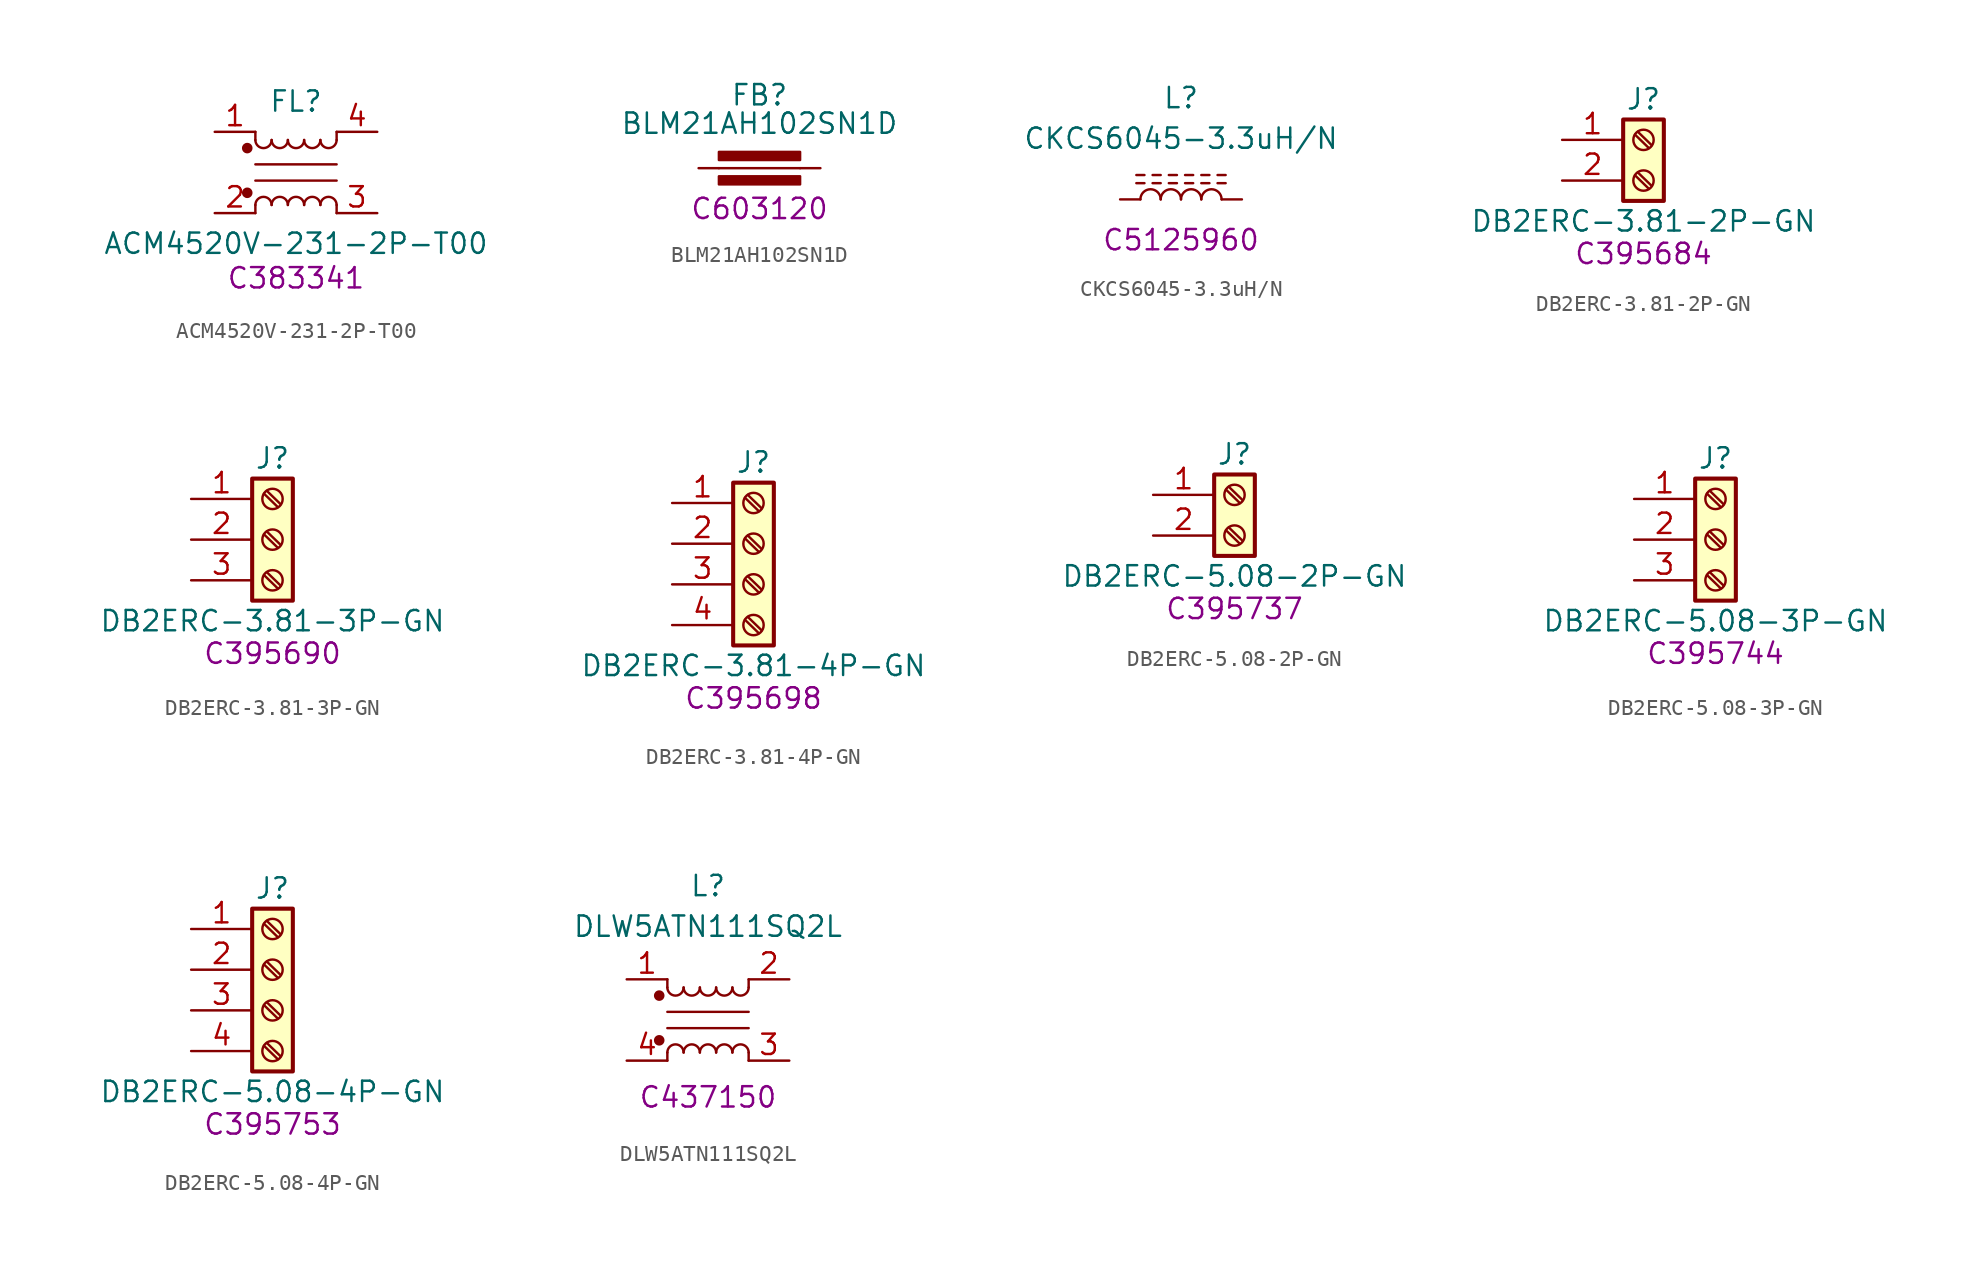
<source format=kicad_sym>
(kicad_symbol_lib
  (version 20231120)
  (generator "kicad_symbol_editor")
  (generator_version "8.0")
  (symbol "ACM4520V-231-2P-T00"
    (pin_names
      (offset 0.254) hide)
    (property "Reference" "FL"
      (at 0 4.445 0)
      (effects (font (size 1.27 1.27))))
    (property "Value" "ACM4520V-231-2P-T00"
      (at 0 -4.445 0)
      (effects (font (size 1.27 1.27))))
    (property "JLCPCB Part #" "C383341"
      (at 0 -6.604 0)
      (effects (font (size 1.27 1.27))))
    (symbol "ACM4520V-231-2P-T00_0_1"
      (circle (center -3.048 -1.27) (radius 0.254) (stroke (width 0) (type default)) (fill (type outline)))
      (circle (center -3.048 1.524) (radius 0.254) (stroke (width 0) (type default)) (fill (type outline)))
      (arc (start -2.54 2.032) (mid -2.032 1.5262) (end -1.524 2.032) (stroke (width 0) (type default)) (fill (type none)))
      (arc (start -1.524 -2.032) (mid -2.032 -1.5262) (end -2.54 -2.032) (stroke (width 0) (type default)) (fill (type none)))
      (arc (start -1.524 2.032) (mid -1.016 1.5262) (end -0.508 2.032) (stroke (width 0) (type default)) (fill (type none)))
      (arc (start -0.508 -2.032) (mid -1.016 -1.5262) (end -1.524 -2.032) (stroke (width 0) (type default)) (fill (type none)))
      (arc (start -0.508 2.032) (mid 0 1.5262) (end 0.508 2.032) (stroke (width 0) (type default)) (fill (type none)))
      (polyline (pts (xy -2.54 -2.032) (xy -2.54 -2.54)) (stroke (width 0) (type default)) (fill (type none)))
      (polyline (pts (xy -2.54 0.508) (xy 2.54 0.508)) (stroke (width 0) (type default)) (fill (type none)))
      (polyline (pts (xy -2.54 2.032) (xy -2.54 2.54)) (stroke (width 0) (type default)) (fill (type none)))
      (polyline (pts (xy 2.54 -2.032) (xy 2.54 -2.54)) (stroke (width 0) (type default)) (fill (type none)))
      (polyline (pts (xy 2.54 -0.508) (xy -2.54 -0.508)) (stroke (width 0) (type default)) (fill (type none)))
      (polyline (pts (xy 2.54 2.54) (xy 2.54 2.032)) (stroke (width 0) (type default)) (fill (type none)))
      (arc (start 0.508 -2.032) (mid 0 -1.5262) (end -0.508 -2.032) (stroke (width 0) (type default)) (fill (type none)))
      (arc (start 0.508 2.032) (mid 1.016 1.5262) (end 1.524 2.032) (stroke (width 0) (type default)) (fill (type none)))
      (arc (start 1.524 -2.032) (mid 1.016 -1.5262) (end 0.508 -2.032) (stroke (width 0) (type default)) (fill (type none)))
      (arc (start 1.524 2.032) (mid 2.032 1.5262) (end 2.54 2.032) (stroke (width 0) (type default)) (fill (type none)))
      (arc (start 2.54 -2.032) (mid 2.032 -1.5262) (end 1.524 -2.032) (stroke (width 0) (type default)) (fill (type none))))
    (symbol "ACM4520V-231-2P-T00_1_1"
      (pin passive line (at -5.08 2.54 0) (length 2.54) (name "1" (effects (font (size 1.27 1.27)))) (number "1" (effects (font (size 1.27 1.27)))))
      (pin passive line (at -5.08 -2.54 0) (length 2.54) (name "2" (effects (font (size 1.27 1.27)))) (number "2" (effects (font (size 1.27 1.27)))))
      (pin passive line (at 5.08 -2.54 180) (length 2.54) (name "3" (effects (font (size 1.27 1.27)))) (number "3" (effects (font (size 1.27 1.27)))))
      (pin passive line (at 5.08 2.54 180) (length 2.54) (name "4" (effects (font (size 1.27 1.27)))) (number "4" (effects (font (size 1.27 1.27)))))))
  (symbol "BLM21AH102SN1D"
    (pin_numbers hide)
    (pin_names
      (offset 0))
    (property "Reference" "FB"
      (at 0 4.572 0)
      (effects (font (size 1.27 1.27))))
    (property "Value" "BLM21AH102SN1D"
      (at 0 2.794 0)
      (effects (font (size 1.27 1.27))))
    (property "JLCPCB Part # " "C603120"
      (at 0 -2.54 0)
      (effects (font (size 1.27 1.27))))
    (symbol "BLM21AH102SN1D_0_1"
      (rectangle (start -2.54 1.016) (end 2.54 0.508) (stroke (width 0) (type default)) (fill (type outline)))
      (polyline (pts (xy 2.54 0) (xy -2.54 0)) (stroke (width 0) (type default)) (fill (type none))))
    (symbol "BLM21AH102SN1D_1_1"
      (rectangle (start -2.54 -0.508) (end 2.54 -1.016) (stroke (width 0) (type default)) (fill (type outline)))
      (pin passive line (at -3.81 0 0) (length 1.27) (name "~" (effects (font (size 1.27 1.27)))) (number "1" (effects (font (size 1.27 1.27)))))
      (pin passive line (at 3.81 0 180) (length 1.27) (name "~" (effects (font (size 1.27 1.27)))) (number "2" (effects (font (size 1.27 1.27)))))))
  (symbol "CKCS6045-3.3uH/N"
    (pin_numbers hide)
    (pin_names
      (offset 1.016) hide)
    (property "Reference" "L"
      (at 0 6.35 0)
      (effects (font (size 1.27 1.27))))
    (property "Value" "CKCS6045-3.3uH/N"
      (at 0 3.81 0)
      (effects (font (size 1.27 1.27))))
    (property "JLCPCB Part #" "C5125960"
      (at 0 -2.54 0)
      (effects (font (size 1.27 1.27))))
    (symbol "CKCS6045-3.3uH/N_0_1"
      (arc (start -1.27 0) (mid -1.905 0.6323) (end -2.54 0) (stroke (width 0) (type default)) (fill (type none)))
      (arc (start 0 0) (mid -0.635 0.6323) (end -1.27 0) (stroke (width 0) (type default)) (fill (type none)))
      (polyline (pts (xy -2.794 1.524) (xy -2.286 1.524)) (stroke (width 0) (type default)) (fill (type none)))
      (polyline (pts (xy -2.286 1.016) (xy -2.794 1.016)) (stroke (width 0) (type default)) (fill (type none)))
      (polyline (pts (xy -1.778 1.524) (xy -1.27 1.524)) (stroke (width 0) (type default)) (fill (type none)))
      (polyline (pts (xy -1.27 1.016) (xy -1.778 1.016)) (stroke (width 0) (type default)) (fill (type none)))
      (polyline (pts (xy -0.762 1.524) (xy -0.254 1.524)) (stroke (width 0) (type default)) (fill (type none)))
      (polyline (pts (xy -0.254 1.016) (xy -0.762 1.016)) (stroke (width 0) (type default)) (fill (type none)))
      (polyline (pts (xy 0.254 1.524) (xy 0.762 1.524)) (stroke (width 0) (type default)) (fill (type none)))
      (polyline (pts (xy 0.762 1.016) (xy 0.254 1.016)) (stroke (width 0) (type default)) (fill (type none)))
      (polyline (pts (xy 1.27 1.524) (xy 1.778 1.524)) (stroke (width 0) (type default)) (fill (type none)))
      (polyline (pts (xy 1.778 1.016) (xy 1.27 1.016)) (stroke (width 0) (type default)) (fill (type none)))
      (polyline (pts (xy 2.286 1.524) (xy 2.794 1.524)) (stroke (width 0) (type default)) (fill (type none)))
      (polyline (pts (xy 2.794 1.016) (xy 2.286 1.016)) (stroke (width 0) (type default)) (fill (type none)))
      (arc (start 1.27 0) (mid 0.635 0.6323) (end 0 0) (stroke (width 0) (type default)) (fill (type none)))
      (arc (start 2.54 0) (mid 1.905 0.6323) (end 1.27 0) (stroke (width 0) (type default)) (fill (type none))))
    (symbol "CKCS6045-3.3uH/N_1_1"
      (pin passive line (at -3.81 0 0) (length 1.27) (name "1" (effects (font (size 1.27 1.27)))) (number "1" (effects (font (size 1.27 1.27)))))
      (pin passive line (at 3.81 0 180) (length 1.27) (name "2" (effects (font (size 1.27 1.27)))) (number "2" (effects (font (size 1.27 1.27)))))))
  (symbol "DB2ERC-3.81-2P-GN"
    (pin_names
      (offset 1.016) hide)
    (property "Reference" "J"
      (at 0 2.54 0)
      (effects (font (size 1.27 1.27))))
    (property "Value" "DB2ERC-3.81-2P-GN"
      (at 0 -5.08 0)
      (effects (font (size 1.27 1.27))))
    (property "JLCPCB Part # " "C395684"
      (at 0 -7.112 0)
      (effects (font (size 1.27 1.27))))
    (symbol "DB2ERC-3.81-2P-GN_1_1"
      (rectangle (start -1.27 1.27) (end 1.27 -3.81) (stroke (width 0.254) (type default)) (fill (type background)))
      (circle (center 0 -2.54) (radius 0.635) (stroke (width 0.152) (type default)) (fill (type none)))
      (polyline (pts (xy -0.533 -2.21) (xy 0.33 -3.048)) (stroke (width 0.152) (type default)) (fill (type none)))
      (polyline (pts (xy -0.533 0.33) (xy 0.33 -0.508)) (stroke (width 0.152) (type default)) (fill (type none)))
      (polyline (pts (xy -0.356 -2.032) (xy 0.508 -2.87)) (stroke (width 0.152) (type default)) (fill (type none)))
      (polyline (pts (xy -0.356 0.508) (xy 0.508 -0.33)) (stroke (width 0.152) (type default)) (fill (type none)))
      (circle (center 0 0) (radius 0.635) (stroke (width 0.152) (type default)) (fill (type none)))
      (pin passive line (at -5.08 0 0) (length 3.81) (name "Pin_1" (effects (font (size 1.27 1.27)))) (number "1" (effects (font (size 1.27 1.27)))))
      (pin passive line (at -5.08 -2.54 0) (length 3.81) (name "Pin_2" (effects (font (size 1.27 1.27)))) (number "2" (effects (font (size 1.27 1.27)))))))
  (symbol "DB2ERC-3.81-3P-GN"
    (pin_names
      (offset 1.016) hide)
    (property "Reference" "J"
      (at 0 5.08 0)
      (effects (font (size 1.27 1.27))))
    (property "Value" "DB2ERC-3.81-3P-GN"
      (at 0 -5.08 0)
      (effects (font (size 1.27 1.27))))
    (property "JLCPCB Part # " "C395690"
      (at 0 -7.112 0)
      (effects (font (size 1.27 1.27))))
    (symbol "DB2ERC-3.81-3P-GN_1_1"
      (rectangle (start -1.27 3.81) (end 1.27 -3.81) (stroke (width 0.254) (type default)) (fill (type background)))
      (circle (center 0 -2.54) (radius 0.635) (stroke (width 0.152) (type default)) (fill (type none)))
      (polyline (pts (xy -0.533 -2.21) (xy 0.33 -3.048)) (stroke (width 0.152) (type default)) (fill (type none)))
      (polyline (pts (xy -0.533 0.33) (xy 0.33 -0.508)) (stroke (width 0.152) (type default)) (fill (type none)))
      (polyline (pts (xy -0.533 2.87) (xy 0.33 2.032)) (stroke (width 0.152) (type default)) (fill (type none)))
      (polyline (pts (xy -0.356 -2.032) (xy 0.508 -2.87)) (stroke (width 0.152) (type default)) (fill (type none)))
      (polyline (pts (xy -0.356 0.508) (xy 0.508 -0.33)) (stroke (width 0.152) (type default)) (fill (type none)))
      (polyline (pts (xy -0.356 3.048) (xy 0.508 2.21)) (stroke (width 0.152) (type default)) (fill (type none)))
      (circle (center 0 0) (radius 0.635) (stroke (width 0.152) (type default)) (fill (type none)))
      (circle (center 0 2.54) (radius 0.635) (stroke (width 0.152) (type default)) (fill (type none)))
      (pin passive line (at -5.08 2.54 0) (length 3.81) (name "Pin_1" (effects (font (size 1.27 1.27)))) (number "1" (effects (font (size 1.27 1.27)))))
      (pin passive line (at -5.08 0 0) (length 3.81) (name "Pin_2" (effects (font (size 1.27 1.27)))) (number "2" (effects (font (size 1.27 1.27)))))
      (pin passive line (at -5.08 -2.54 0) (length 3.81) (name "Pin_3" (effects (font (size 1.27 1.27)))) (number "3" (effects (font (size 1.27 1.27)))))))
  (symbol "DB2ERC-3.81-4P-GN"
    (pin_names
      (offset 1.016) hide)
    (property "Reference" "J"
      (at 0 5.08 0)
      (effects (font (size 1.27 1.27))))
    (property "Value" "DB2ERC-3.81-4P-GN"
      (at 0 -7.62 0)
      (effects (font (size 1.27 1.27))))
    (property "JLCPCB Part # " "C395698"
      (at 0 -9.652 0)
      (effects (font (size 1.27 1.27))))
    (symbol "DB2ERC-3.81-4P-GN_1_1"
      (rectangle (start -1.27 3.81) (end 1.27 -6.35) (stroke (width 0.254) (type default)) (fill (type background)))
      (circle (center 0 -5.08) (radius 0.635) (stroke (width 0.152) (type default)) (fill (type none)))
      (circle (center 0 -2.54) (radius 0.635) (stroke (width 0.152) (type default)) (fill (type none)))
      (polyline (pts (xy -0.533 -4.75) (xy 0.33 -5.588)) (stroke (width 0.152) (type default)) (fill (type none)))
      (polyline (pts (xy -0.533 -2.21) (xy 0.33 -3.048)) (stroke (width 0.152) (type default)) (fill (type none)))
      (polyline (pts (xy -0.533 0.33) (xy 0.33 -0.508)) (stroke (width 0.152) (type default)) (fill (type none)))
      (polyline (pts (xy -0.533 2.87) (xy 0.33 2.032)) (stroke (width 0.152) (type default)) (fill (type none)))
      (polyline (pts (xy -0.356 -4.572) (xy 0.508 -5.41)) (stroke (width 0.152) (type default)) (fill (type none)))
      (polyline (pts (xy -0.356 -2.032) (xy 0.508 -2.87)) (stroke (width 0.152) (type default)) (fill (type none)))
      (polyline (pts (xy -0.356 0.508) (xy 0.508 -0.33)) (stroke (width 0.152) (type default)) (fill (type none)))
      (polyline (pts (xy -0.356 3.048) (xy 0.508 2.21)) (stroke (width 0.152) (type default)) (fill (type none)))
      (circle (center 0 0) (radius 0.635) (stroke (width 0.152) (type default)) (fill (type none)))
      (circle (center 0 2.54) (radius 0.635) (stroke (width 0.152) (type default)) (fill (type none)))
      (pin passive line (at -5.08 2.54 0) (length 3.81) (name "Pin_1" (effects (font (size 1.27 1.27)))) (number "1" (effects (font (size 1.27 1.27)))))
      (pin passive line (at -5.08 0 0) (length 3.81) (name "Pin_2" (effects (font (size 1.27 1.27)))) (number "2" (effects (font (size 1.27 1.27)))))
      (pin passive line (at -5.08 -2.54 0) (length 3.81) (name "Pin_3" (effects (font (size 1.27 1.27)))) (number "3" (effects (font (size 1.27 1.27)))))
      (pin passive line (at -5.08 -5.08 0) (length 3.81) (name "Pin_4" (effects (font (size 1.27 1.27)))) (number "4" (effects (font (size 1.27 1.27)))))))
  (symbol "DB2ERC-5.08-2P-GN"
    (pin_names
      (offset 1.016) hide)
    (property "Reference" "J"
      (at 0 2.54 0)
      (effects (font (size 1.27 1.27))))
    (property "Value" "DB2ERC-5.08-2P-GN"
      (at 0 -5.08 0)
      (effects (font (size 1.27 1.27))))
    (property "JLCPCB Part # " "C395737"
      (at 0 -7.112 0)
      (effects (font (size 1.27 1.27))))
    (symbol "DB2ERC-5.08-2P-GN_1_1"
      (rectangle (start -1.27 1.27) (end 1.27 -3.81) (stroke (width 0.254) (type default)) (fill (type background)))
      (circle (center 0 -2.54) (radius 0.635) (stroke (width 0.152) (type default)) (fill (type none)))
      (polyline (pts (xy -0.533 -2.21) (xy 0.33 -3.048)) (stroke (width 0.152) (type default)) (fill (type none)))
      (polyline (pts (xy -0.533 0.33) (xy 0.33 -0.508)) (stroke (width 0.152) (type default)) (fill (type none)))
      (polyline (pts (xy -0.356 -2.032) (xy 0.508 -2.87)) (stroke (width 0.152) (type default)) (fill (type none)))
      (polyline (pts (xy -0.356 0.508) (xy 0.508 -0.33)) (stroke (width 0.152) (type default)) (fill (type none)))
      (circle (center 0 0) (radius 0.635) (stroke (width 0.152) (type default)) (fill (type none)))
      (pin passive line (at -5.08 0 0) (length 3.81) (name "Pin_1" (effects (font (size 1.27 1.27)))) (number "1" (effects (font (size 1.27 1.27)))))
      (pin passive line (at -5.08 -2.54 0) (length 3.81) (name "Pin_2" (effects (font (size 1.27 1.27)))) (number "2" (effects (font (size 1.27 1.27)))))))
  (symbol "DB2ERC-5.08-3P-GN"
    (pin_names
      (offset 1.016) hide)
    (property "Reference" "J"
      (at 0 5.08 0)
      (effects (font (size 1.27 1.27))))
    (property "Value" "DB2ERC-5.08-3P-GN"
      (at 0 -5.08 0)
      (effects (font (size 1.27 1.27))))
    (property "JLCPCB Part # " "C395744"
      (at 0 -7.112 0)
      (effects (font (size 1.27 1.27))))
    (symbol "DB2ERC-5.08-3P-GN_1_1"
      (rectangle (start -1.27 3.81) (end 1.27 -3.81) (stroke (width 0.254) (type default)) (fill (type background)))
      (circle (center 0 -2.54) (radius 0.635) (stroke (width 0.152) (type default)) (fill (type none)))
      (polyline (pts (xy -0.533 -2.21) (xy 0.33 -3.048)) (stroke (width 0.152) (type default)) (fill (type none)))
      (polyline (pts (xy -0.533 0.33) (xy 0.33 -0.508)) (stroke (width 0.152) (type default)) (fill (type none)))
      (polyline (pts (xy -0.533 2.87) (xy 0.33 2.032)) (stroke (width 0.152) (type default)) (fill (type none)))
      (polyline (pts (xy -0.356 -2.032) (xy 0.508 -2.87)) (stroke (width 0.152) (type default)) (fill (type none)))
      (polyline (pts (xy -0.356 0.508) (xy 0.508 -0.33)) (stroke (width 0.152) (type default)) (fill (type none)))
      (polyline (pts (xy -0.356 3.048) (xy 0.508 2.21)) (stroke (width 0.152) (type default)) (fill (type none)))
      (circle (center 0 0) (radius 0.635) (stroke (width 0.152) (type default)) (fill (type none)))
      (circle (center 0 2.54) (radius 0.635) (stroke (width 0.152) (type default)) (fill (type none)))
      (pin passive line (at -5.08 2.54 0) (length 3.81) (name "Pin_1" (effects (font (size 1.27 1.27)))) (number "1" (effects (font (size 1.27 1.27)))))
      (pin passive line (at -5.08 0 0) (length 3.81) (name "Pin_2" (effects (font (size 1.27 1.27)))) (number "2" (effects (font (size 1.27 1.27)))))
      (pin passive line (at -5.08 -2.54 0) (length 3.81) (name "Pin_3" (effects (font (size 1.27 1.27)))) (number "3" (effects (font (size 1.27 1.27)))))))
  (symbol "DB2ERC-5.08-4P-GN"
    (pin_names
      (offset 1.016) hide)
    (property "Reference" "J"
      (at 0 5.08 0)
      (effects (font (size 1.27 1.27))))
    (property "Value" "DB2ERC-5.08-4P-GN"
      (at 0 -7.62 0)
      (effects (font (size 1.27 1.27))))
    (property "JLCPCB Part # " "C395753"
      (at 0 -9.652 0)
      (effects (font (size 1.27 1.27))))
    (symbol "DB2ERC-5.08-4P-GN_1_1"
      (rectangle (start -1.27 3.81) (end 1.27 -6.35) (stroke (width 0.254) (type default)) (fill (type background)))
      (circle (center 0 -5.08) (radius 0.635) (stroke (width 0.152) (type default)) (fill (type none)))
      (circle (center 0 -2.54) (radius 0.635) (stroke (width 0.152) (type default)) (fill (type none)))
      (polyline (pts (xy -0.533 -4.75) (xy 0.33 -5.588)) (stroke (width 0.152) (type default)) (fill (type none)))
      (polyline (pts (xy -0.533 -2.21) (xy 0.33 -3.048)) (stroke (width 0.152) (type default)) (fill (type none)))
      (polyline (pts (xy -0.533 0.33) (xy 0.33 -0.508)) (stroke (width 0.152) (type default)) (fill (type none)))
      (polyline (pts (xy -0.533 2.87) (xy 0.33 2.032)) (stroke (width 0.152) (type default)) (fill (type none)))
      (polyline (pts (xy -0.356 -4.572) (xy 0.508 -5.41)) (stroke (width 0.152) (type default)) (fill (type none)))
      (polyline (pts (xy -0.356 -2.032) (xy 0.508 -2.87)) (stroke (width 0.152) (type default)) (fill (type none)))
      (polyline (pts (xy -0.356 0.508) (xy 0.508 -0.33)) (stroke (width 0.152) (type default)) (fill (type none)))
      (polyline (pts (xy -0.356 3.048) (xy 0.508 2.21)) (stroke (width 0.152) (type default)) (fill (type none)))
      (circle (center 0 0) (radius 0.635) (stroke (width 0.152) (type default)) (fill (type none)))
      (circle (center 0 2.54) (radius 0.635) (stroke (width 0.152) (type default)) (fill (type none)))
      (pin passive line (at -5.08 2.54 0) (length 3.81) (name "Pin_1" (effects (font (size 1.27 1.27)))) (number "1" (effects (font (size 1.27 1.27)))))
      (pin passive line (at -5.08 0 0) (length 3.81) (name "Pin_2" (effects (font (size 1.27 1.27)))) (number "2" (effects (font (size 1.27 1.27)))))
      (pin passive line (at -5.08 -2.54 0) (length 3.81) (name "Pin_3" (effects (font (size 1.27 1.27)))) (number "3" (effects (font (size 1.27 1.27)))))
      (pin passive line (at -5.08 -5.08 0) (length 3.81) (name "Pin_4" (effects (font (size 1.27 1.27)))) (number "4" (effects (font (size 1.27 1.27)))))))
  (symbol "DLW5ATN111SQ2L"
    (pin_names
      (offset 0.254) hide)
    (property "Reference" "L"
      (at 0 8.382 0)
      (effects (font (size 1.27 1.27))))
    (property "Value" "DLW5ATN111SQ2L"
      (at 0 5.842 0)
      (effects (font (size 1.27 1.27))))
    (property "JLCPCB Part #" "C437150"
      (at 0 -4.826 0)
      (effects (font (size 1.27 1.27))))
    (symbol "DLW5ATN111SQ2L_0_1"
      (circle (center -3.048 -1.27) (radius 0.254) (stroke (width 0) (type default)) (fill (type outline)))
      (circle (center -3.048 1.524) (radius 0.254) (stroke (width 0) (type default)) (fill (type outline)))
      (arc (start -2.54 2.032) (mid -2.032 1.5262) (end -1.524 2.032) (stroke (width 0) (type default)) (fill (type none)))
      (arc (start -1.524 -2.032) (mid -2.032 -1.5262) (end -2.54 -2.032) (stroke (width 0) (type default)) (fill (type none)))
      (arc (start -1.524 2.032) (mid -1.016 1.5262) (end -0.508 2.032) (stroke (width 0) (type default)) (fill (type none)))
      (arc (start -0.508 -2.032) (mid -1.016 -1.5262) (end -1.524 -2.032) (stroke (width 0) (type default)) (fill (type none)))
      (arc (start -0.508 2.032) (mid 0 1.5262) (end 0.508 2.032) (stroke (width 0) (type default)) (fill (type none)))
      (polyline (pts (xy -2.54 -2.032) (xy -2.54 -2.54)) (stroke (width 0) (type default)) (fill (type none)))
      (polyline (pts (xy -2.54 0.508) (xy 2.54 0.508)) (stroke (width 0) (type default)) (fill (type none)))
      (polyline (pts (xy -2.54 2.032) (xy -2.54 2.54)) (stroke (width 0) (type default)) (fill (type none)))
      (polyline (pts (xy 2.54 -2.032) (xy 2.54 -2.54)) (stroke (width 0) (type default)) (fill (type none)))
      (polyline (pts (xy 2.54 -0.508) (xy -2.54 -0.508)) (stroke (width 0) (type default)) (fill (type none)))
      (polyline (pts (xy 2.54 2.54) (xy 2.54 2.032)) (stroke (width 0) (type default)) (fill (type none)))
      (arc (start 0.508 -2.032) (mid 0 -1.5262) (end -0.508 -2.032) (stroke (width 0) (type default)) (fill (type none)))
      (arc (start 0.508 2.032) (mid 1.016 1.5262) (end 1.524 2.032) (stroke (width 0) (type default)) (fill (type none)))
      (arc (start 1.524 -2.032) (mid 1.016 -1.5262) (end 0.508 -2.032) (stroke (width 0) (type default)) (fill (type none)))
      (arc (start 1.524 2.032) (mid 2.032 1.5262) (end 2.54 2.032) (stroke (width 0) (type default)) (fill (type none)))
      (arc (start 2.54 -2.032) (mid 2.032 -1.5262) (end 1.524 -2.032) (stroke (width 0) (type default)) (fill (type none))))
    (symbol "DLW5ATN111SQ2L_1_1"
      (pin passive line (at -5.08 2.54 0) (length 2.54) (name "1" (effects (font (size 1.27 1.27)))) (number "1" (effects (font (size 1.27 1.27)))))
      (pin passive line (at 5.08 2.54 180) (length 2.54) (name "2" (effects (font (size 1.27 1.27)))) (number "2" (effects (font (size 1.27 1.27)))))
      (pin passive line (at 5.08 -2.54 180) (length 2.54) (name "3" (effects (font (size 1.27 1.27)))) (number "3" (effects (font (size 1.27 1.27)))))
      (pin passive line (at -5.08 -2.54 0) (length 2.54) (name "4" (effects (font (size 1.27 1.27)))) (number "4" (effects (font (size 1.27 1.27))))))))
</source>
